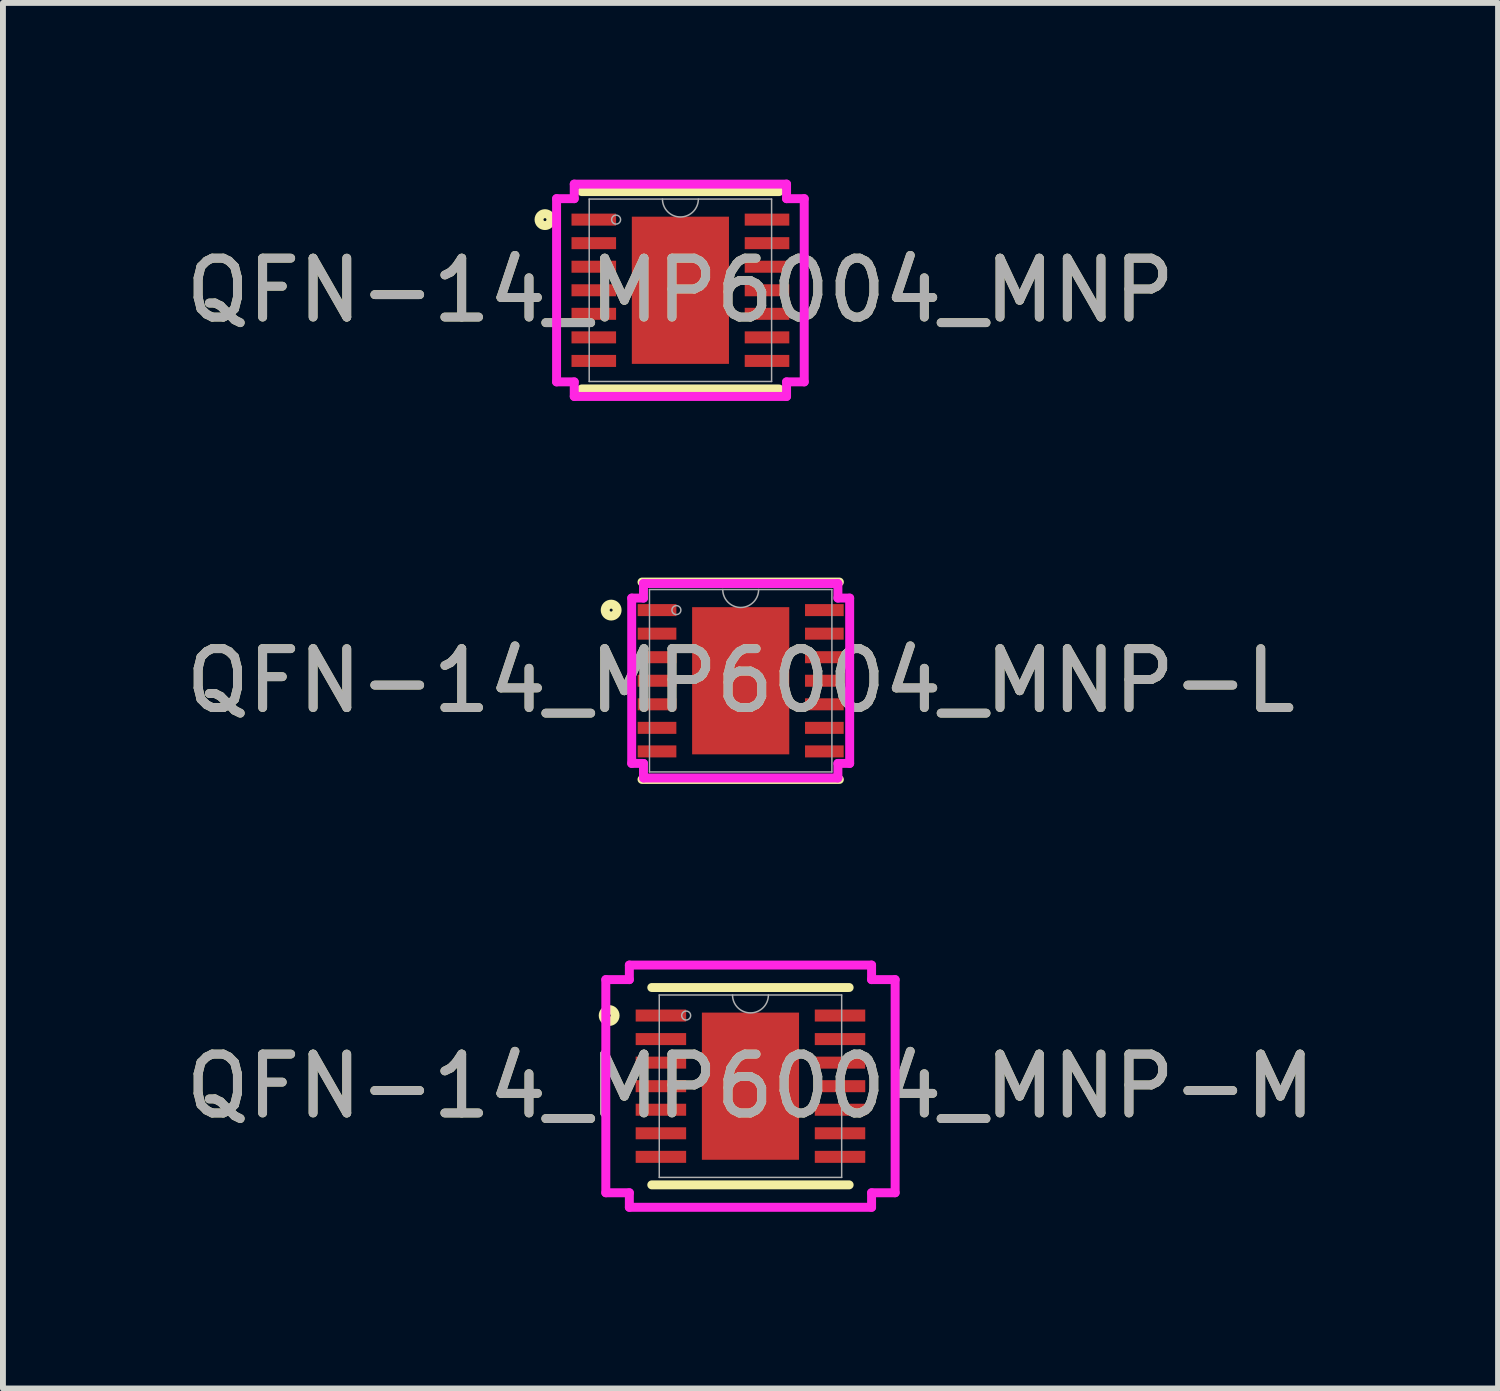
<source format=kicad_pcb>
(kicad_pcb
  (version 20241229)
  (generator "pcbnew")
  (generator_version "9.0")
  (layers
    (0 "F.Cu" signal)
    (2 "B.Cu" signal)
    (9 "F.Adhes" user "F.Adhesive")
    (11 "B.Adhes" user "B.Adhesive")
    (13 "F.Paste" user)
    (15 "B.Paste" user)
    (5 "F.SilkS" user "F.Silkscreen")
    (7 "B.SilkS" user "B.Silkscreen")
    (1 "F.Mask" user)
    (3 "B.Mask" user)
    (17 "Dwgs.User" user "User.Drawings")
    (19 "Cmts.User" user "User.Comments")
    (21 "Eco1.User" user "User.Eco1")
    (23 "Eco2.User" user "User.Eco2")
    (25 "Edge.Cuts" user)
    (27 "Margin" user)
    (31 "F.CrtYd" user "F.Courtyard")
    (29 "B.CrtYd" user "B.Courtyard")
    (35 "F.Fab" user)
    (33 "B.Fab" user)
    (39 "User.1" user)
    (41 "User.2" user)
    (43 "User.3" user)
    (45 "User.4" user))
  (footprint "QFN-14_MP6004_MNP-M"
    (layer "F.Cu")
    (at 9.696 15.398)
    (property "Reference" "QFN-14_MP6004_MNP-M" (at 0 0 0) (unlocked yes) (layer "F.SilkS") (effects (font (size 1 1) (thickness 0.15))))
    (attr smd)
    (fp_line (start -1.676 1.676) (end 1.676 1.676) (stroke (width 0.152) (type solid)) (layer "F.SilkS"))
    (fp_line (start 1.676 -1.676) (end -1.676 -1.676) (stroke (width 0.152) (type solid)) (layer "F.SilkS"))
    (fp_circle (center -2.4 -1.2) (end -2.299 -1.2) (stroke (width 0.152) (type solid)) (fill no) (layer "F.SilkS"))
    (fp_line (start -2.457 -1.81) (end -2.057 -1.81) (stroke (width 0.152) (type solid)) (layer "F.CrtYd"))
    (fp_line (start -2.457 1.81) (end -2.457 -1.81) (stroke (width 0.152) (type solid)) (layer "F.CrtYd"))
    (fp_line (start -2.457 1.81) (end -2.057 1.81) (stroke (width 0.152) (type solid)) (layer "F.CrtYd"))
    (fp_line (start -2.057 -2.057) (end 2.057 -2.057) (stroke (width 0.152) (type solid)) (layer "F.CrtYd"))
    (fp_line (start -2.057 -1.81) (end -2.057 -2.057) (stroke (width 0.152) (type solid)) (layer "F.CrtYd"))
    (fp_line (start -2.057 2.057) (end -2.057 1.81) (stroke (width 0.152) (type solid)) (layer "F.CrtYd"))
    (fp_line (start 2.057 -2.057) (end 2.057 -1.81) (stroke (width 0.152) (type solid)) (layer "F.CrtYd"))
    (fp_line (start 2.057 1.81) (end 2.057 2.057) (stroke (width 0.152) (type solid)) (layer "F.CrtYd"))
    (fp_line (start 2.057 2.057) (end -2.057 2.057) (stroke (width 0.152) (type solid)) (layer "F.CrtYd"))
    (fp_line (start 2.457 -1.81) (end 2.057 -1.81) (stroke (width 0.152) (type solid)) (layer "F.CrtYd"))
    (fp_line (start 2.457 -1.81) (end 2.457 1.81) (stroke (width 0.152) (type solid)) (layer "F.CrtYd"))
    (fp_line (start 2.457 1.81) (end 2.057 1.81) (stroke (width 0.152) (type solid)) (layer "F.CrtYd"))
    (fp_line (start -1.549 -1.549) (end -1.549 1.549) (stroke (width 0.025) (type solid)) (layer "F.Fab"))
    (fp_line (start -1.549 1.549) (end 1.549 1.549) (stroke (width 0.025) (type solid)) (layer "F.Fab"))
    (fp_line (start 1.549 -1.549) (end -1.549 -1.549) (stroke (width 0.025) (type solid)) (layer "F.Fab"))
    (fp_line (start 1.549 1.549) (end 1.549 -1.549) (stroke (width 0.025) (type solid)) (layer "F.Fab"))
    (fp_arc (start 0.3048 -1.5494) (mid 0 -1.2446) (end -0.3048 -1.5494) (stroke (width 0.0254) (type solid)) (layer "F.Fab"))
    (fp_circle (center -1.092 -1.2) (end -1.016 -1.2) (stroke (width 0.025) (type solid)) (fill no) (layer "F.Fab"))
    (fp_text user "${REFERENCE}" (at 0 0 0) (unlocked yes) (layer "F.Fab") (effects (font (size 1 1) (thickness 0.15))))
    (pad "1" smd rect (at -1.521 -1.2) (size 0.857 0.204) (layers "F.Cu" "F.Mask" "F.Paste"))
    (pad "2" smd rect (at -1.521 -0.8) (size 0.857 0.204) (layers "F.Cu" "F.Mask" "F.Paste"))
    (pad "3" smd rect (at -1.521 -0.4) (size 0.857 0.204) (layers "F.Cu" "F.Mask" "F.Paste"))
    (pad "4" smd rect (at -1.521 0) (size 0.857 0.204) (layers "F.Cu" "F.Mask" "F.Paste"))
    (pad "5" smd rect (at -1.521 0.4) (size 0.857 0.204) (layers "F.Cu" "F.Mask" "F.Paste"))
    (pad "6" smd rect (at -1.521 0.8) (size 0.857 0.204) (layers "F.Cu" "F.Mask" "F.Paste"))
    (pad "7" smd rect (at -1.521 1.2) (size 0.857 0.204) (layers "F.Cu" "F.Mask" "F.Paste"))
    (pad "8" smd rect (at 1.521 1.2) (size 0.857 0.204) (layers "F.Cu" "F.Mask" "F.Paste"))
    (pad "9" smd rect (at 1.521 0.8) (size 0.857 0.204) (layers "F.Cu" "F.Mask" "F.Paste"))
    (pad "10" smd rect (at 1.521 0.4) (size 0.857 0.204) (layers "F.Cu" "F.Mask" "F.Paste"))
    (pad "11" smd rect (at 1.521 0) (size 0.857 0.204) (layers "F.Cu" "F.Mask" "F.Paste"))
    (pad "12" smd rect (at 1.521 -0.4) (size 0.857 0.204) (layers "F.Cu" "F.Mask" "F.Paste"))
    (pad "13" smd rect (at 1.521 -0.8) (size 0.857 0.204) (layers "F.Cu" "F.Mask" "F.Paste"))
    (pad "14" smd rect (at 1.521 -1.2) (size 0.857 0.204) (layers "F.Cu" "F.Mask" "F.Paste"))
    (pad "15" smd rect (at 0 0) (size 1.65 2.5) (layers "F.Cu" "F.Mask" "F.Paste")))
  (footprint "QFN-14_MP6004_MNP"
    (layer "F.Cu")
    (at 8.506 1.88)
    (property "Reference" "QFN-14_MP6004_MNP" (at 0 0 0) (unlocked yes) (layer "F.SilkS") (effects (font (size 1 1) (thickness 0.15))))
    (attr smd)
    (fp_line (start -1.676 1.676) (end 1.676 1.676) (stroke (width 0.152) (type solid)) (layer "F.SilkS"))
    (fp_line (start 1.676 -1.676) (end -1.676 -1.676) (stroke (width 0.152) (type solid)) (layer "F.SilkS"))
    (fp_circle (center -2.3 -1.2) (end -2.199 -1.2) (stroke (width 0.152) (type solid)) (fill no) (layer "F.SilkS"))
    (fp_line (start -2.103 -1.556) (end -1.803 -1.556) (stroke (width 0.152) (type solid)) (layer "F.CrtYd"))
    (fp_line (start -2.103 1.556) (end -2.103 -1.556) (stroke (width 0.152) (type solid)) (layer "F.CrtYd"))
    (fp_line (start -2.103 1.556) (end -1.803 1.556) (stroke (width 0.152) (type solid)) (layer "F.CrtYd"))
    (fp_line (start -1.803 -1.803) (end 1.803 -1.803) (stroke (width 0.152) (type solid)) (layer "F.CrtYd"))
    (fp_line (start -1.803 -1.556) (end -1.803 -1.803) (stroke (width 0.152) (type solid)) (layer "F.CrtYd"))
    (fp_line (start -1.803 1.803) (end -1.803 1.556) (stroke (width 0.152) (type solid)) (layer "F.CrtYd"))
    (fp_line (start 1.803 -1.803) (end 1.803 -1.556) (stroke (width 0.152) (type solid)) (layer "F.CrtYd"))
    (fp_line (start 1.803 1.556) (end 1.803 1.803) (stroke (width 0.152) (type solid)) (layer "F.CrtYd"))
    (fp_line (start 1.803 1.803) (end -1.803 1.803) (stroke (width 0.152) (type solid)) (layer "F.CrtYd"))
    (fp_line (start 2.103 -1.556) (end 1.803 -1.556) (stroke (width 0.152) (type solid)) (layer "F.CrtYd"))
    (fp_line (start 2.103 -1.556) (end 2.103 1.556) (stroke (width 0.152) (type solid)) (layer "F.CrtYd"))
    (fp_line (start 2.103 1.556) (end 1.803 1.556) (stroke (width 0.152) (type solid)) (layer "F.CrtYd"))
    (fp_line (start -1.549 -1.549) (end -1.549 1.549) (stroke (width 0.025) (type solid)) (layer "F.Fab"))
    (fp_line (start -1.549 1.549) (end 1.549 1.549) (stroke (width 0.025) (type solid)) (layer "F.Fab"))
    (fp_line (start 1.549 -1.549) (end -1.549 -1.549) (stroke (width 0.025) (type solid)) (layer "F.Fab"))
    (fp_line (start 1.549 1.549) (end 1.549 -1.549) (stroke (width 0.025) (type solid)) (layer "F.Fab"))
    (fp_arc (start 0.3048 -1.5494) (mid 0 -1.2446) (end -0.3048 -1.5494) (stroke (width 0.0254) (type solid)) (layer "F.Fab"))
    (fp_circle (center -1.092 -1.2) (end -1.016 -1.2) (stroke (width 0.025) (type solid)) (fill no) (layer "F.Fab"))
    (fp_text user "${REFERENCE}" (at 0 0 0) (unlocked yes) (layer "F.Fab") (effects (font (size 1 1) (thickness 0.15))))
    (pad "1" smd rect (at -1.471 -1.2) (size 0.757 0.204) (layers "F.Cu" "F.Mask" "F.Paste"))
    (pad "2" smd rect (at -1.471 -0.8) (size 0.757 0.204) (layers "F.Cu" "F.Mask" "F.Paste"))
    (pad "3" smd rect (at -1.471 -0.4) (size 0.757 0.204) (layers "F.Cu" "F.Mask" "F.Paste"))
    (pad "4" smd rect (at -1.471 0) (size 0.757 0.204) (layers "F.Cu" "F.Mask" "F.Paste"))
    (pad "5" smd rect (at -1.471 0.4) (size 0.757 0.204) (layers "F.Cu" "F.Mask" "F.Paste"))
    (pad "6" smd rect (at -1.471 0.8) (size 0.757 0.204) (layers "F.Cu" "F.Mask" "F.Paste"))
    (pad "7" smd rect (at -1.471 1.2) (size 0.757 0.204) (layers "F.Cu" "F.Mask" "F.Paste"))
    (pad "8" smd rect (at 1.471 1.2) (size 0.757 0.204) (layers "F.Cu" "F.Mask" "F.Paste"))
    (pad "9" smd rect (at 1.471 0.8) (size 0.757 0.204) (layers "F.Cu" "F.Mask" "F.Paste"))
    (pad "10" smd rect (at 1.471 0.4) (size 0.757 0.204) (layers "F.Cu" "F.Mask" "F.Paste"))
    (pad "11" smd rect (at 1.471 0) (size 0.757 0.204) (layers "F.Cu" "F.Mask" "F.Paste"))
    (pad "12" smd rect (at 1.471 -0.4) (size 0.757 0.204) (layers "F.Cu" "F.Mask" "F.Paste"))
    (pad "13" smd rect (at 1.471 -0.8) (size 0.757 0.204) (layers "F.Cu" "F.Mask" "F.Paste"))
    (pad "14" smd rect (at 1.471 -1.2) (size 0.757 0.204) (layers "F.Cu" "F.Mask" "F.Paste"))
    (pad "15" smd rect (at 0 0) (size 1.65 2.5) (layers "F.Cu" "F.Mask" "F.Paste")))
  (footprint "QFN-14_MP6004_MNP-L"
    (layer "F.Cu")
    (at 9.53 8.512)
    (property "Reference" "QFN-14_MP6004_MNP-L" (at 0 0 0) (unlocked yes) (layer "F.SilkS") (effects (font (size 1 1) (thickness 0.15))))
    (attr smd)
    (fp_line (start -1.676 1.676) (end 1.676 1.676) (stroke (width 0.152) (type solid)) (layer "F.SilkS"))
    (fp_line (start 1.676 -1.676) (end -1.676 -1.676) (stroke (width 0.152) (type solid)) (layer "F.SilkS"))
    (fp_circle (center -2.2 -1.2) (end -2.099 -1.2) (stroke (width 0.152) (type solid)) (fill no) (layer "F.SilkS"))
    (fp_line (start -1.851 -1.404) (end -1.651 -1.404) (stroke (width 0.152) (type solid)) (layer "F.CrtYd"))
    (fp_line (start -1.851 1.404) (end -1.851 -1.404) (stroke (width 0.152) (type solid)) (layer "F.CrtYd"))
    (fp_line (start -1.851 1.404) (end -1.651 1.404) (stroke (width 0.152) (type solid)) (layer "F.CrtYd"))
    (fp_line (start -1.651 -1.651) (end 1.651 -1.651) (stroke (width 0.152) (type solid)) (layer "F.CrtYd"))
    (fp_line (start -1.651 -1.404) (end -1.651 -1.651) (stroke (width 0.152) (type solid)) (layer "F.CrtYd"))
    (fp_line (start -1.651 1.651) (end -1.651 1.404) (stroke (width 0.152) (type solid)) (layer "F.CrtYd"))
    (fp_line (start 1.651 -1.651) (end 1.651 -1.404) (stroke (width 0.152) (type solid)) (layer "F.CrtYd"))
    (fp_line (start 1.651 1.404) (end 1.651 1.651) (stroke (width 0.152) (type solid)) (layer "F.CrtYd"))
    (fp_line (start 1.651 1.651) (end -1.651 1.651) (stroke (width 0.152) (type solid)) (layer "F.CrtYd"))
    (fp_line (start 1.851 -1.404) (end 1.651 -1.404) (stroke (width 0.152) (type solid)) (layer "F.CrtYd"))
    (fp_line (start 1.851 -1.404) (end 1.851 1.404) (stroke (width 0.152) (type solid)) (layer "F.CrtYd"))
    (fp_line (start 1.851 1.404) (end 1.651 1.404) (stroke (width 0.152) (type solid)) (layer "F.CrtYd"))
    (fp_line (start -1.549 -1.549) (end -1.549 1.549) (stroke (width 0.025) (type solid)) (layer "F.Fab"))
    (fp_line (start -1.549 1.549) (end 1.549 1.549) (stroke (width 0.025) (type solid)) (layer "F.Fab"))
    (fp_line (start 1.549 -1.549) (end -1.549 -1.549) (stroke (width 0.025) (type solid)) (layer "F.Fab"))
    (fp_line (start 1.549 1.549) (end 1.549 -1.549) (stroke (width 0.025) (type solid)) (layer "F.Fab"))
    (fp_arc (start 0.3048 -1.5494) (mid 0 -1.2446) (end -0.3048 -1.5494) (stroke (width 0.0254) (type solid)) (layer "F.Fab"))
    (fp_circle (center -1.092 -1.2) (end -1.016 -1.2) (stroke (width 0.025) (type solid)) (fill no) (layer "F.Fab"))
    (fp_text user "${REFERENCE}" (at 0 0 0) (unlocked yes) (layer "F.Fab") (effects (font (size 1 1) (thickness 0.15))))
    (pad "1" smd rect (at -1.421 -1.2) (size 0.657 0.204) (layers "F.Cu" "F.Mask" "F.Paste"))
    (pad "2" smd rect (at -1.421 -0.8) (size 0.657 0.204) (layers "F.Cu" "F.Mask" "F.Paste"))
    (pad "3" smd rect (at -1.421 -0.4) (size 0.657 0.204) (layers "F.Cu" "F.Mask" "F.Paste"))
    (pad "4" smd rect (at -1.421 0) (size 0.657 0.204) (layers "F.Cu" "F.Mask" "F.Paste"))
    (pad "5" smd rect (at -1.421 0.4) (size 0.657 0.204) (layers "F.Cu" "F.Mask" "F.Paste"))
    (pad "6" smd rect (at -1.421 0.8) (size 0.657 0.204) (layers "F.Cu" "F.Mask" "F.Paste"))
    (pad "7" smd rect (at -1.421 1.2) (size 0.657 0.204) (layers "F.Cu" "F.Mask" "F.Paste"))
    (pad "8" smd rect (at 1.421 1.2) (size 0.657 0.204) (layers "F.Cu" "F.Mask" "F.Paste"))
    (pad "9" smd rect (at 1.421 0.8) (size 0.657 0.204) (layers "F.Cu" "F.Mask" "F.Paste"))
    (pad "10" smd rect (at 1.421 0.4) (size 0.657 0.204) (layers "F.Cu" "F.Mask" "F.Paste"))
    (pad "11" smd rect (at 1.421 0) (size 0.657 0.204) (layers "F.Cu" "F.Mask" "F.Paste"))
    (pad "12" smd rect (at 1.421 -0.4) (size 0.657 0.204) (layers "F.Cu" "F.Mask" "F.Paste"))
    (pad "13" smd rect (at 1.421 -0.8) (size 0.657 0.204) (layers "F.Cu" "F.Mask" "F.Paste"))
    (pad "14" smd rect (at 1.421 -1.2) (size 0.657 0.204) (layers "F.Cu" "F.Mask" "F.Paste"))
    (pad "15" smd rect (at 0 0) (size 1.65 2.5) (layers "F.Cu" "F.Mask" "F.Paste")))
  (gr_rect
    (start -3 -3)
    (end 22.393 20.532)
    (stroke (width 0.1) (type default))
    (fill no)
    (layer "Edge.Cuts")))
</source>
